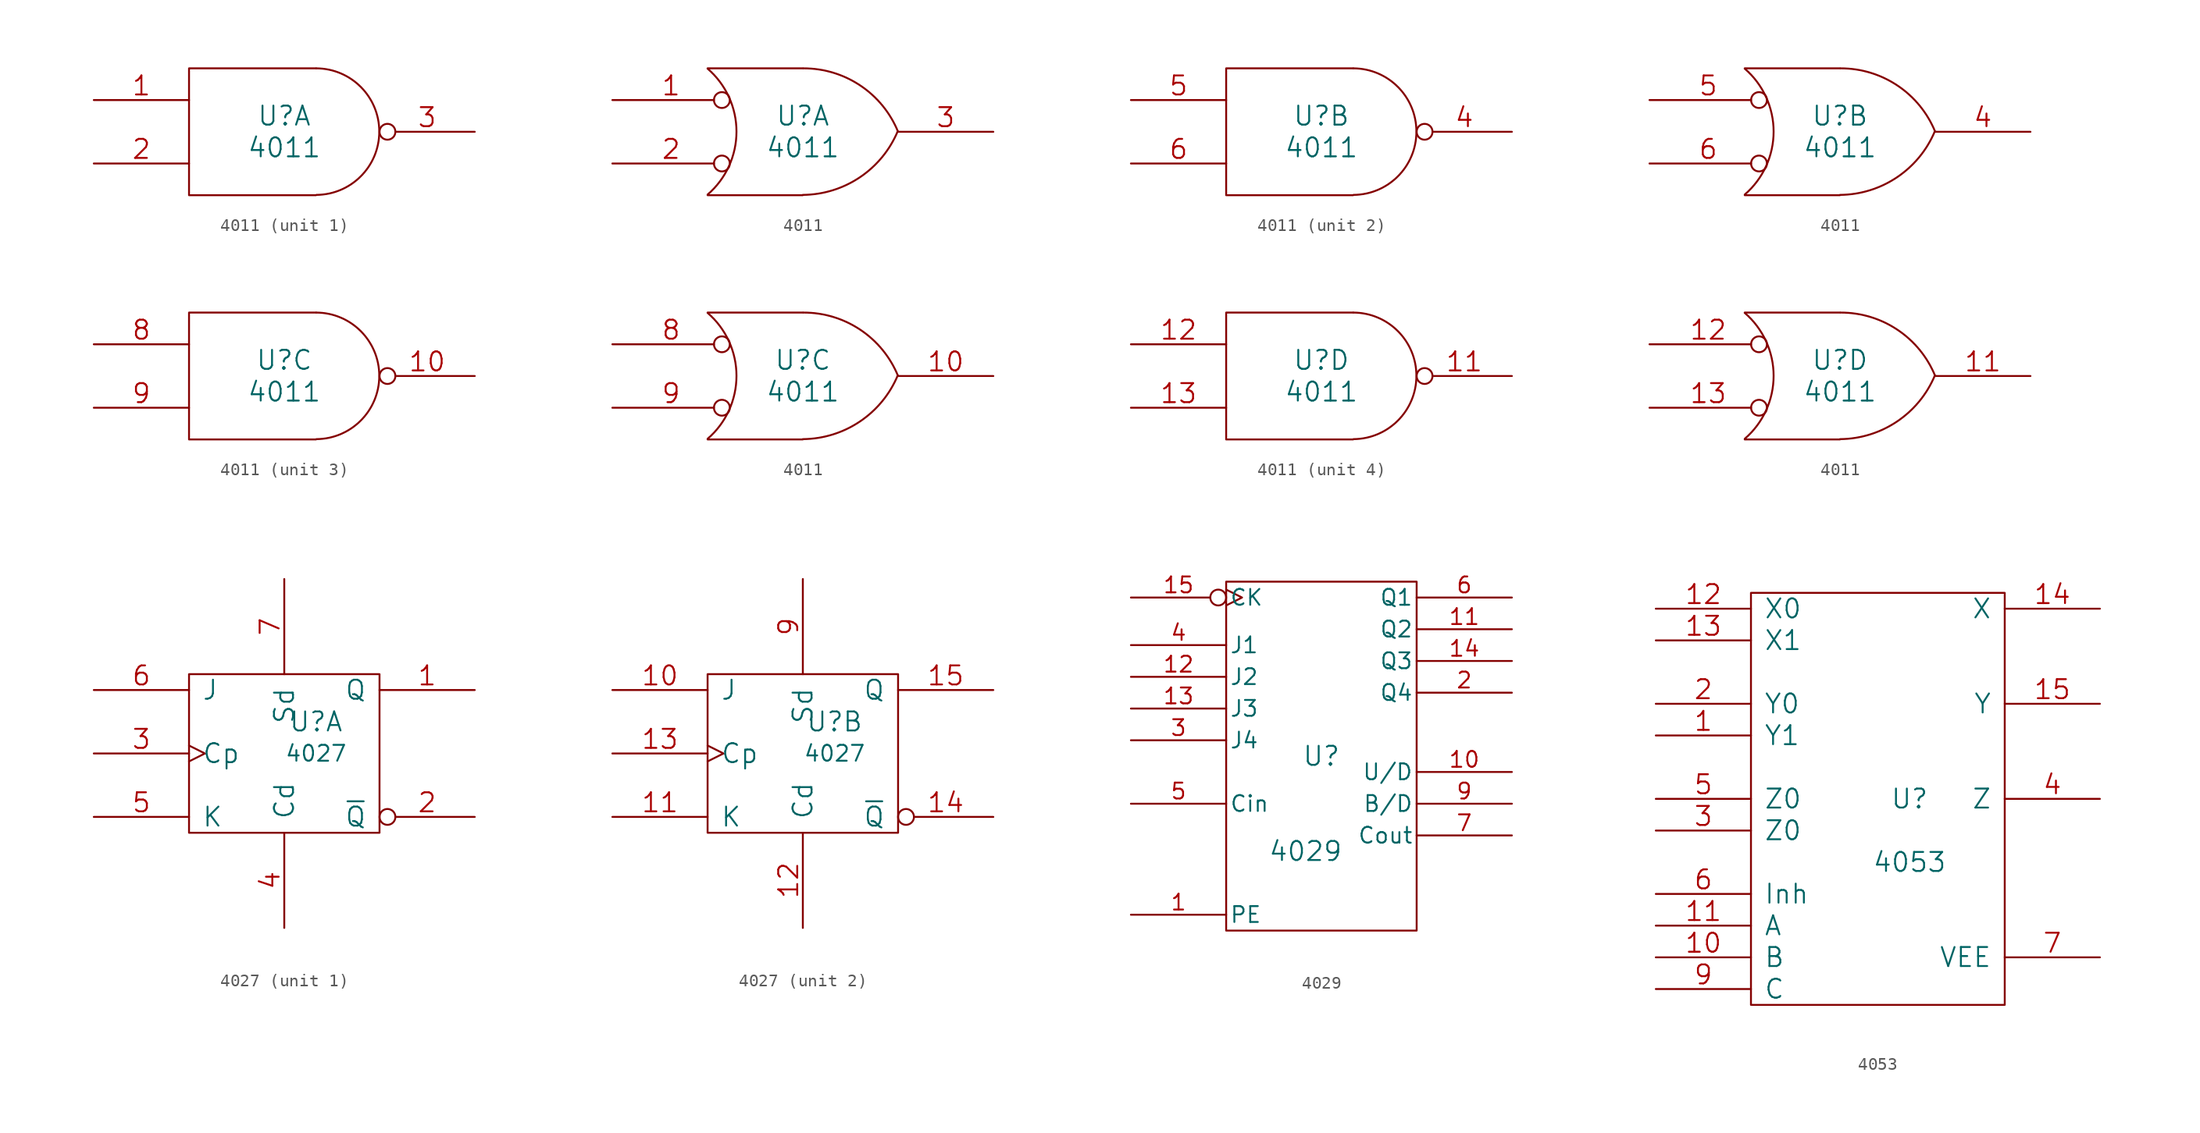
<source format=kicad_sym>
(kicad_symbol_lib
  (version 20211014)
  (generator kicad_symbol_editor)
  (symbol "4011"
    (pin_names
      (offset 0.762))
    (property "Reference" "U"
      (at 0 1.27 0)
      (effects (font (size 1.524 1.524))))
    (property "Value" "4011"
      (at 0 -1.27 0)
      (effects (font (size 1.524 1.524))))
    (symbol "4011_0_0"
      (pin power_in line (at -5.08 5.08 90) (length 0) hide (name "VDD" (effects (font (size 1.016 1.016)))) (number "14" (effects (font (size 1.016 1.016)))))
      (pin power_in line (at -5.08 -5.08 90) (length 0) hide (name "VSS" (effects (font (size 1.016 1.016)))) (number "7" (effects (font (size 1.016 1.016))))))
    (symbol "4011_0_1"
      (polyline (pts (xy 2.54 5.08) (xy -7.62 5.08) (xy -7.62 -5.08) (xy 2.54 -5.08)) (stroke (width 0) (type default) (color 0 0 0 0)) (fill (type none)))
      (arc (start 2.5654 -5.0546) (mid 7.5947 0.0001) (end 2.5654 5.08) (stroke (width 0) (type default) (color 0 0 0 0)) (fill (type none))))
    (symbol "4011_0_2"
      (arc (start -7.62 -5.0292) (mid -5.3094 0.0082) (end -7.62 5.0546) (stroke (width 0) (type default) (color 0 0 0 0)) (fill (type none)))
      (arc (start 0 -5.0546) (mid 4.5632 -3.6449) (end 7.5946 0.0508) (stroke (width 0) (type default) (color 0 0 0 0)) (fill (type none)))
      (polyline (pts (xy -7.62 -5.08) (xy 0 -5.08)) (stroke (width 0) (type default) (color 0 0 0 0)) (fill (type none)))
      (polyline (pts (xy -7.62 5.08) (xy 0 5.08)) (stroke (width 0) (type default) (color 0 0 0 0)) (fill (type none)))
      (arc (start 7.62 0) (mid 4.6132 3.6946) (end 0.0508 5.08) (stroke (width 0) (type default) (color 0 0 0 0)) (fill (type none))))
    (symbol "4011_1_1"
      (pin input line (at -15.24 2.54 0) (length 7.62) (name "~" (effects (font (size 1.524 1.524)))) (number "1" (effects (font (size 1.524 1.524)))))
      (pin input line (at -15.24 -2.54 0) (length 7.62) (name "~" (effects (font (size 1.524 1.524)))) (number "2" (effects (font (size 1.524 1.524)))))
      (pin output inverted (at 15.24 0 180) (length 7.62) (name "~" (effects (font (size 1.524 1.524)))) (number "3" (effects (font (size 1.524 1.524))))))
    (symbol "4011_1_2"
      (pin input inverted (at -15.24 2.54 0) (length 9.398) (name "~" (effects (font (size 1.524 1.524)))) (number "1" (effects (font (size 1.524 1.524)))))
      (pin input inverted (at -15.24 -2.54 0) (length 9.398) (name "~" (effects (font (size 1.524 1.524)))) (number "2" (effects (font (size 1.524 1.524)))))
      (pin output line (at 15.24 0 180) (length 7.62) (name "~" (effects (font (size 1.524 1.524)))) (number "3" (effects (font (size 1.524 1.524))))))
    (symbol "4011_2_1"
      (pin output inverted (at 15.24 0 180) (length 7.62) (name "~" (effects (font (size 1.524 1.524)))) (number "4" (effects (font (size 1.524 1.524)))))
      (pin input line (at -15.24 2.54 0) (length 7.62) (name "~" (effects (font (size 1.524 1.524)))) (number "5" (effects (font (size 1.524 1.524)))))
      (pin input line (at -15.24 -2.54 0) (length 7.62) (name "~" (effects (font (size 1.524 1.524)))) (number "6" (effects (font (size 1.524 1.524))))))
    (symbol "4011_2_2"
      (pin output line (at 15.24 0 180) (length 7.62) (name "~" (effects (font (size 1.524 1.524)))) (number "4" (effects (font (size 1.524 1.524)))))
      (pin input inverted (at -15.24 2.54 0) (length 9.398) (name "~" (effects (font (size 1.524 1.524)))) (number "5" (effects (font (size 1.524 1.524)))))
      (pin input inverted (at -15.24 -2.54 0) (length 9.398) (name "~" (effects (font (size 1.524 1.524)))) (number "6" (effects (font (size 1.524 1.524))))))
    (symbol "4011_3_1"
      (pin output inverted (at 15.24 0 180) (length 7.62) (name "~" (effects (font (size 1.524 1.524)))) (number "10" (effects (font (size 1.524 1.524)))))
      (pin input line (at -15.24 2.54 0) (length 7.62) (name "~" (effects (font (size 1.524 1.524)))) (number "8" (effects (font (size 1.524 1.524)))))
      (pin input line (at -15.24 -2.54 0) (length 7.62) (name "~" (effects (font (size 1.524 1.524)))) (number "9" (effects (font (size 1.524 1.524))))))
    (symbol "4011_3_2"
      (pin output line (at 15.24 0 180) (length 7.62) (name "~" (effects (font (size 1.524 1.524)))) (number "10" (effects (font (size 1.524 1.524)))))
      (pin input inverted (at -15.24 2.54 0) (length 9.398) (name "~" (effects (font (size 1.524 1.524)))) (number "8" (effects (font (size 1.524 1.524)))))
      (pin input inverted (at -15.24 -2.54 0) (length 9.398) (name "~" (effects (font (size 1.524 1.524)))) (number "9" (effects (font (size 1.524 1.524))))))
    (symbol "4011_4_1"
      (pin output inverted (at 15.24 0 180) (length 7.62) (name "~" (effects (font (size 1.524 1.524)))) (number "11" (effects (font (size 1.524 1.524)))))
      (pin input line (at -15.24 2.54 0) (length 7.62) (name "~" (effects (font (size 1.524 1.524)))) (number "12" (effects (font (size 1.524 1.524)))))
      (pin input line (at -15.24 -2.54 0) (length 7.62) (name "~" (effects (font (size 1.524 1.524)))) (number "13" (effects (font (size 1.524 1.524))))))
    (symbol "4011_4_2"
      (pin output line (at 15.24 0 180) (length 7.62) (name "~" (effects (font (size 1.524 1.524)))) (number "11" (effects (font (size 1.524 1.524)))))
      (pin input inverted (at -15.24 2.54 0) (length 9.398) (name "~" (effects (font (size 1.524 1.524)))) (number "12" (effects (font (size 1.524 1.524)))))
      (pin input inverted (at -15.24 -2.54 0) (length 9.398) (name "~" (effects (font (size 1.524 1.524)))) (number "13" (effects (font (size 1.524 1.524)))))))
  (symbol "4027"
    (pin_names
      (offset 1.016))
    (property "Reference" "U"
      (at 2.54 2.54 0)
      (effects (font (size 1.524 1.524))))
    (property "Value" "4027"
      (at 2.54 0 0)
      (effects (font (size 1.27 1.27))))
    (symbol "4027_0_0"
      (pin power_in line (at -5.08 6.35 270) (length 0) hide (name "VDD" (effects (font (size 0.762 0.762)))) (number "16" (effects (font (size 1.524 1.524)))))
      (pin power_in line (at -5.08 -6.35 90) (length 0) hide (name "VSS" (effects (font (size 0.762 0.762)))) (number "8" (effects (font (size 1.524 1.524))))))
    (symbol "4027_0_1"
      (rectangle (start -7.62 6.35) (end 7.62 -6.35) (stroke (width 0) (type default) (color 0 0 0 0)) (fill (type none))))
    (symbol "4027_1_1"
      (pin output line (at 15.24 5.08 180) (length 7.62) (name "Q" (effects (font (size 1.524 1.524)))) (number "1" (effects (font (size 1.524 1.524)))))
      (pin output inverted (at 15.24 -5.08 180) (length 7.62) (name "~{Q}" (effects (font (size 1.524 1.524)))) (number "2" (effects (font (size 1.524 1.524)))))
      (pin input clock (at -15.24 0 0) (length 7.62) (name "Cp" (effects (font (size 1.524 1.524)))) (number "3" (effects (font (size 1.524 1.524)))))
      (pin input line (at 0 -13.97 90) (length 7.62) (name "Cd" (effects (font (size 1.524 1.524)))) (number "4" (effects (font (size 1.524 1.524)))))
      (pin input line (at -15.24 -5.08 0) (length 7.62) (name "K" (effects (font (size 1.524 1.524)))) (number "5" (effects (font (size 1.524 1.524)))))
      (pin input line (at -15.24 5.08 0) (length 7.62) (name "J" (effects (font (size 1.524 1.524)))) (number "6" (effects (font (size 1.524 1.524)))))
      (pin output line (at 0 13.97 270) (length 7.62) (name "Sd" (effects (font (size 1.524 1.524)))) (number "7" (effects (font (size 1.524 1.524))))))
    (symbol "4027_2_1"
      (pin input line (at -15.24 5.08 0) (length 7.62) (name "J" (effects (font (size 1.524 1.524)))) (number "10" (effects (font (size 1.524 1.524)))))
      (pin input line (at -15.24 -5.08 0) (length 7.62) (name "K" (effects (font (size 1.524 1.524)))) (number "11" (effects (font (size 1.524 1.524)))))
      (pin input line (at 0 -13.97 90) (length 7.62) (name "Cd" (effects (font (size 1.524 1.524)))) (number "12" (effects (font (size 1.524 1.524)))))
      (pin input clock (at -15.24 0 0) (length 7.62) (name "Cp" (effects (font (size 1.524 1.524)))) (number "13" (effects (font (size 1.524 1.524)))))
      (pin output inverted (at 15.24 -5.08 180) (length 7.62) (name "~{Q}" (effects (font (size 1.524 1.524)))) (number "14" (effects (font (size 1.524 1.524)))))
      (pin output line (at 15.24 5.08 180) (length 7.62) (name "Q" (effects (font (size 1.524 1.524)))) (number "15" (effects (font (size 1.524 1.524)))))
      (pin output line (at 0 13.97 270) (length 7.62) (name "Sd" (effects (font (size 1.524 1.524)))) (number "9" (effects (font (size 1.524 1.524)))))))
  (symbol "4029"
    (pin_names
      (offset 0.254))
    (property "Reference" "U"
      (at 0 0 0)
      (effects (font (size 1.524 1.524))))
    (property "Value" "4029"
      (at -1.27 -7.62 0)
      (effects (font (size 1.524 1.524))))
    (symbol "4029_0_0"
      (pin power_in line (at 0 13.97 270) (length 0) hide (name "VDD" (effects (font (size 1.524 1.524)))) (number "16" (effects (font (size 1.524 1.524)))))
      (pin power_in line (at 0 -13.97 90) (length 0) hide (name "VSS" (effects (font (size 1.524 1.524)))) (number "8" (effects (font (size 1.524 1.524))))))
    (symbol "4029_0_1"
      (rectangle (start -7.62 13.97) (end 7.62 -13.97) (stroke (width 0) (type default) (color 0 0 0 0)) (fill (type none))))
    (symbol "4029_1_1"
      (pin input line (at -15.24 -12.7 0) (length 7.62) (name "PE" (effects (font (size 1.27 1.27)))) (number "1" (effects (font (size 1.27 1.27)))))
      (pin input line (at 15.24 -1.27 180) (length 7.62) (name "U/D" (effects (font (size 1.27 1.27)))) (number "10" (effects (font (size 1.27 1.27)))))
      (pin output line (at 15.24 10.16 180) (length 7.62) (name "Q2" (effects (font (size 1.27 1.27)))) (number "11" (effects (font (size 1.27 1.27)))))
      (pin input line (at -15.24 6.35 0) (length 7.62) (name "J2" (effects (font (size 1.27 1.27)))) (number "12" (effects (font (size 1.27 1.27)))))
      (pin input line (at -15.24 3.81 0) (length 7.62) (name "J3" (effects (font (size 1.27 1.27)))) (number "13" (effects (font (size 1.27 1.27)))))
      (pin output line (at 15.24 7.62 180) (length 7.62) (name "Q3" (effects (font (size 1.27 1.27)))) (number "14" (effects (font (size 1.27 1.27)))))
      (pin input inverted_clock (at -15.24 12.7 0) (length 7.62) (name "CK" (effects (font (size 1.27 1.27)))) (number "15" (effects (font (size 1.27 1.27)))))
      (pin output line (at 15.24 5.08 180) (length 7.62) (name "Q4" (effects (font (size 1.27 1.27)))) (number "2" (effects (font (size 1.27 1.27)))))
      (pin input line (at -15.24 1.27 0) (length 7.62) (name "J4" (effects (font (size 1.27 1.27)))) (number "3" (effects (font (size 1.27 1.27)))))
      (pin input line (at -15.24 8.89 0) (length 7.62) (name "J1" (effects (font (size 1.27 1.27)))) (number "4" (effects (font (size 1.27 1.27)))))
      (pin input line (at -15.24 -3.81 0) (length 7.62) (name "Cin" (effects (font (size 1.27 1.27)))) (number "5" (effects (font (size 1.27 1.27)))))
      (pin output line (at 15.24 12.7 180) (length 7.62) (name "Q1" (effects (font (size 1.27 1.27)))) (number "6" (effects (font (size 1.27 1.27)))))
      (pin input line (at 15.24 -6.35 180) (length 7.62) (name "Cout" (effects (font (size 1.27 1.27)))) (number "7" (effects (font (size 1.27 1.27)))))
      (pin input line (at 15.24 -3.81 180) (length 7.62) (name "B/D" (effects (font (size 1.27 1.27)))) (number "9" (effects (font (size 1.27 1.27)))))))
  (symbol "4053"
    (pin_names
      (offset 1.016))
    (property "Reference" "U"
      (at 2.54 0 0)
      (effects (font (size 1.524 1.524))))
    (property "Value" "4053"
      (at 2.54 -5.08 0)
      (effects (font (size 1.524 1.524))))
    (symbol "4053_0_0"
      (pin power_in line (at 0 16.51 270) (length 0) hide (name "VDD" (effects (font (size 1.524 1.524)))) (number "16" (effects (font (size 1.524 1.524)))))
      (pin power_in line (at 0 -16.51 90) (length 0) hide (name "VSS" (effects (font (size 1.524 1.524)))) (number "8" (effects (font (size 1.524 1.524))))))
    (symbol "4053_0_1"
      (rectangle (start -10.16 16.51) (end 10.16 -16.51) (stroke (width 0) (type default) (color 0 0 0 0)) (fill (type none))))
    (symbol "4053_1_1"
      (pin passive line (at -17.78 5.08 0) (length 7.62) (name "Y1" (effects (font (size 1.524 1.524)))) (number "1" (effects (font (size 1.524 1.524)))))
      (pin input line (at -17.78 -12.7 0) (length 7.62) (name "B" (effects (font (size 1.524 1.524)))) (number "10" (effects (font (size 1.524 1.524)))))
      (pin input line (at -17.78 -10.16 0) (length 7.62) (name "A" (effects (font (size 1.524 1.524)))) (number "11" (effects (font (size 1.524 1.524)))))
      (pin passive line (at -17.78 15.24 0) (length 7.62) (name "X0" (effects (font (size 1.524 1.524)))) (number "12" (effects (font (size 1.524 1.524)))))
      (pin passive line (at -17.78 12.7 0) (length 7.62) (name "X1" (effects (font (size 1.524 1.524)))) (number "13" (effects (font (size 1.524 1.524)))))
      (pin passive line (at 17.78 15.24 180) (length 7.62) (name "X" (effects (font (size 1.524 1.524)))) (number "14" (effects (font (size 1.524 1.524)))))
      (pin passive line (at 17.78 7.62 180) (length 7.62) (name "Y" (effects (font (size 1.524 1.524)))) (number "15" (effects (font (size 1.524 1.524)))))
      (pin passive line (at -17.78 7.62 0) (length 7.62) (name "Y0" (effects (font (size 1.524 1.524)))) (number "2" (effects (font (size 1.524 1.524)))))
      (pin passive line (at -17.78 -2.54 0) (length 7.62) (name "Z0" (effects (font (size 1.524 1.524)))) (number "3" (effects (font (size 1.524 1.524)))))
      (pin passive line (at 17.78 0 180) (length 7.62) (name "Z" (effects (font (size 1.524 1.524)))) (number "4" (effects (font (size 1.524 1.524)))))
      (pin passive line (at -17.78 0 0) (length 7.62) (name "Z0" (effects (font (size 1.524 1.524)))) (number "5" (effects (font (size 1.524 1.524)))))
      (pin input line (at -17.78 -7.62 0) (length 7.62) (name "Inh" (effects (font (size 1.524 1.524)))) (number "6" (effects (font (size 1.524 1.524)))))
      (pin power_in line (at 17.78 -12.7 180) (length 7.62) (name "VEE" (effects (font (size 1.524 1.524)))) (number "7" (effects (font (size 1.524 1.524)))))
      (pin input line (at -17.78 -15.24 0) (length 7.62) (name "C" (effects (font (size 1.524 1.524)))) (number "9" (effects (font (size 1.524 1.524))))))))
</source>
